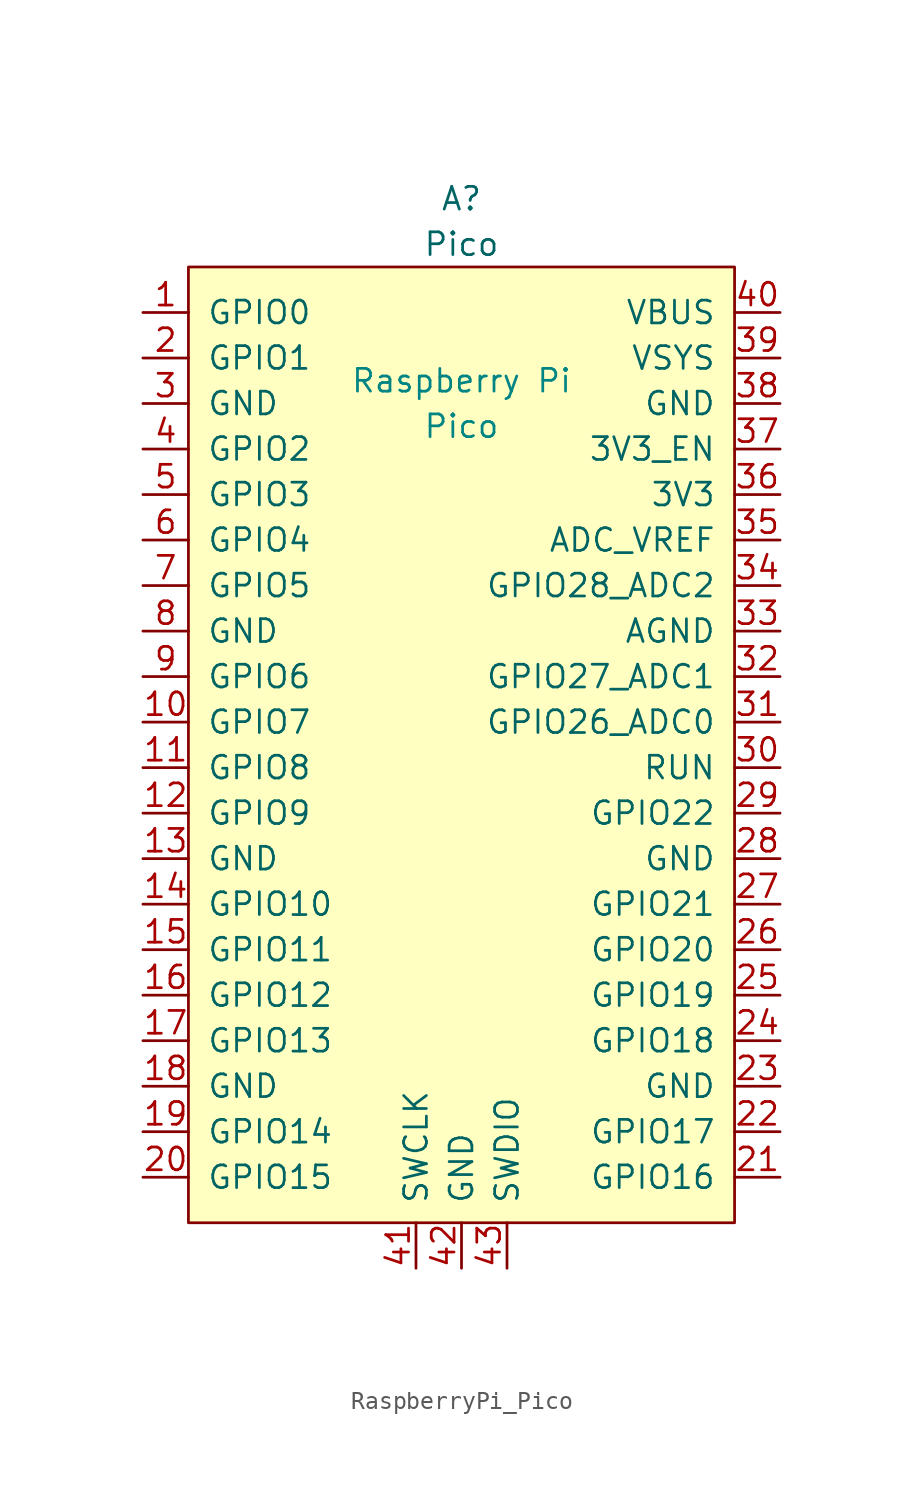
<source format=kicad_sym>
(kicad_symbol_lib
  (version 20220914)
  (generator kicad_symbol_editor)
  (symbol "RaspberryPi_Pico"
    (pin_names
      (offset 1.016))
    (property "Reference" "A"
      (at 0 30.48 0)
      (effects (font (size 1.27 1.27))))
    (property "Value" "Pico"
      (at 0 27.94 0)
      (effects (font (size 1.27 1.27))))
    (symbol "RaspberryPi_Pico_0_0"
      (text "Pico" (at 0 17.78 0) (effects (font (size 1.27 1.27) (color 0 132 132 1))))
      (text "Raspberry Pi" (at 0 20.32 0) (effects (font (size 1.27 1.27) (color 0 132 132 1)))))
    (symbol "RaspberryPi_Pico_0_1"
      (rectangle (start -15.24 26.67) (end 15.24 -26.67) (stroke (width 0) (type solid)) (fill (type background))))
    (symbol "RaspberryPi_Pico_1_1"
      (pin bidirectional line (at -17.78 24.13 0) (length 2.54) (name "GPIO0" (effects (font (size 1.27 1.27)))) (number "1" (effects (font (size 1.27 1.27)))))
      (pin bidirectional line (at -17.78 1.27 0) (length 2.54) (name "GPIO7" (effects (font (size 1.27 1.27)))) (number "10" (effects (font (size 1.27 1.27)))))
      (pin bidirectional line (at -17.78 -1.27 0) (length 2.54) (name "GPIO8" (effects (font (size 1.27 1.27)))) (number "11" (effects (font (size 1.27 1.27)))))
      (pin bidirectional line (at -17.78 -3.81 0) (length 2.54) (name "GPIO9" (effects (font (size 1.27 1.27)))) (number "12" (effects (font (size 1.27 1.27)))))
      (pin power_in line (at -17.78 -6.35 0) (length 2.54) (name "GND" (effects (font (size 1.27 1.27)))) (number "13" (effects (font (size 1.27 1.27)))))
      (pin bidirectional line (at -17.78 -8.89 0) (length 2.54) (name "GPIO10" (effects (font (size 1.27 1.27)))) (number "14" (effects (font (size 1.27 1.27)))))
      (pin bidirectional line (at -17.78 -11.43 0) (length 2.54) (name "GPIO11" (effects (font (size 1.27 1.27)))) (number "15" (effects (font (size 1.27 1.27)))))
      (pin bidirectional line (at -17.78 -13.97 0) (length 2.54) (name "GPIO12" (effects (font (size 1.27 1.27)))) (number "16" (effects (font (size 1.27 1.27)))))
      (pin bidirectional line (at -17.78 -16.51 0) (length 2.54) (name "GPIO13" (effects (font (size 1.27 1.27)))) (number "17" (effects (font (size 1.27 1.27)))))
      (pin power_in line (at -17.78 -19.05 0) (length 2.54) (name "GND" (effects (font (size 1.27 1.27)))) (number "18" (effects (font (size 1.27 1.27)))))
      (pin bidirectional line (at -17.78 -21.59 0) (length 2.54) (name "GPIO14" (effects (font (size 1.27 1.27)))) (number "19" (effects (font (size 1.27 1.27)))))
      (pin bidirectional line (at -17.78 21.59 0) (length 2.54) (name "GPIO1" (effects (font (size 1.27 1.27)))) (number "2" (effects (font (size 1.27 1.27)))))
      (pin bidirectional line (at -17.78 -24.13 0) (length 2.54) (name "GPIO15" (effects (font (size 1.27 1.27)))) (number "20" (effects (font (size 1.27 1.27)))))
      (pin bidirectional line (at 17.78 -24.13 180) (length 2.54) (name "GPIO16" (effects (font (size 1.27 1.27)))) (number "21" (effects (font (size 1.27 1.27)))))
      (pin bidirectional line (at 17.78 -21.59 180) (length 2.54) (name "GPIO17" (effects (font (size 1.27 1.27)))) (number "22" (effects (font (size 1.27 1.27)))))
      (pin power_in line (at 17.78 -19.05 180) (length 2.54) (name "GND" (effects (font (size 1.27 1.27)))) (number "23" (effects (font (size 1.27 1.27)))))
      (pin bidirectional line (at 17.78 -16.51 180) (length 2.54) (name "GPIO18" (effects (font (size 1.27 1.27)))) (number "24" (effects (font (size 1.27 1.27)))))
      (pin bidirectional line (at 17.78 -13.97 180) (length 2.54) (name "GPIO19" (effects (font (size 1.27 1.27)))) (number "25" (effects (font (size 1.27 1.27)))))
      (pin bidirectional line (at 17.78 -11.43 180) (length 2.54) (name "GPIO20" (effects (font (size 1.27 1.27)))) (number "26" (effects (font (size 1.27 1.27)))))
      (pin bidirectional line (at 17.78 -8.89 180) (length 2.54) (name "GPIO21" (effects (font (size 1.27 1.27)))) (number "27" (effects (font (size 1.27 1.27)))))
      (pin power_in line (at 17.78 -6.35 180) (length 2.54) (name "GND" (effects (font (size 1.27 1.27)))) (number "28" (effects (font (size 1.27 1.27)))))
      (pin bidirectional line (at 17.78 -3.81 180) (length 2.54) (name "GPIO22" (effects (font (size 1.27 1.27)))) (number "29" (effects (font (size 1.27 1.27)))))
      (pin power_in line (at -17.78 19.05 0) (length 2.54) (name "GND" (effects (font (size 1.27 1.27)))) (number "3" (effects (font (size 1.27 1.27)))))
      (pin input line (at 17.78 -1.27 180) (length 2.54) (name "RUN" (effects (font (size 1.27 1.27)))) (number "30" (effects (font (size 1.27 1.27)))))
      (pin bidirectional line (at 17.78 1.27 180) (length 2.54) (name "GPIO26_ADC0" (effects (font (size 1.27 1.27)))) (number "31" (effects (font (size 1.27 1.27)))))
      (pin bidirectional line (at 17.78 3.81 180) (length 2.54) (name "GPIO27_ADC1" (effects (font (size 1.27 1.27)))) (number "32" (effects (font (size 1.27 1.27)))))
      (pin power_in line (at 17.78 6.35 180) (length 2.54) (name "AGND" (effects (font (size 1.27 1.27)))) (number "33" (effects (font (size 1.27 1.27)))))
      (pin bidirectional line (at 17.78 8.89 180) (length 2.54) (name "GPIO28_ADC2" (effects (font (size 1.27 1.27)))) (number "34" (effects (font (size 1.27 1.27)))))
      (pin unspecified line (at 17.78 11.43 180) (length 2.54) (name "ADC_VREF" (effects (font (size 1.27 1.27)))) (number "35" (effects (font (size 1.27 1.27)))))
      (pin unspecified line (at 17.78 13.97 180) (length 2.54) (name "3V3" (effects (font (size 1.27 1.27)))) (number "36" (effects (font (size 1.27 1.27)))))
      (pin input line (at 17.78 16.51 180) (length 2.54) (name "3V3_EN" (effects (font (size 1.27 1.27)))) (number "37" (effects (font (size 1.27 1.27)))))
      (pin bidirectional line (at 17.78 19.05 180) (length 2.54) (name "GND" (effects (font (size 1.27 1.27)))) (number "38" (effects (font (size 1.27 1.27)))))
      (pin unspecified line (at 17.78 21.59 180) (length 2.54) (name "VSYS" (effects (font (size 1.27 1.27)))) (number "39" (effects (font (size 1.27 1.27)))))
      (pin bidirectional line (at -17.78 16.51 0) (length 2.54) (name "GPIO2" (effects (font (size 1.27 1.27)))) (number "4" (effects (font (size 1.27 1.27)))))
      (pin unspecified line (at 17.78 24.13 180) (length 2.54) (name "VBUS" (effects (font (size 1.27 1.27)))) (number "40" (effects (font (size 1.27 1.27)))))
      (pin input line (at -2.54 -29.21 90) (length 2.54) (name "SWCLK" (effects (font (size 1.27 1.27)))) (number "41" (effects (font (size 1.27 1.27)))))
      (pin power_in line (at 0 -29.21 90) (length 2.54) (name "GND" (effects (font (size 1.27 1.27)))) (number "42" (effects (font (size 1.27 1.27)))))
      (pin bidirectional line (at 2.54 -29.21 90) (length 2.54) (name "SWDIO" (effects (font (size 1.27 1.27)))) (number "43" (effects (font (size 1.27 1.27)))))
      (pin bidirectional line (at -17.78 13.97 0) (length 2.54) (name "GPIO3" (effects (font (size 1.27 1.27)))) (number "5" (effects (font (size 1.27 1.27)))))
      (pin bidirectional line (at -17.78 11.43 0) (length 2.54) (name "GPIO4" (effects (font (size 1.27 1.27)))) (number "6" (effects (font (size 1.27 1.27)))))
      (pin bidirectional line (at -17.78 8.89 0) (length 2.54) (name "GPIO5" (effects (font (size 1.27 1.27)))) (number "7" (effects (font (size 1.27 1.27)))))
      (pin power_in line (at -17.78 6.35 0) (length 2.54) (name "GND" (effects (font (size 1.27 1.27)))) (number "8" (effects (font (size 1.27 1.27)))))
      (pin bidirectional line (at -17.78 3.81 0) (length 2.54) (name "GPIO6" (effects (font (size 1.27 1.27)))) (number "9" (effects (font (size 1.27 1.27))))))))
</source>
